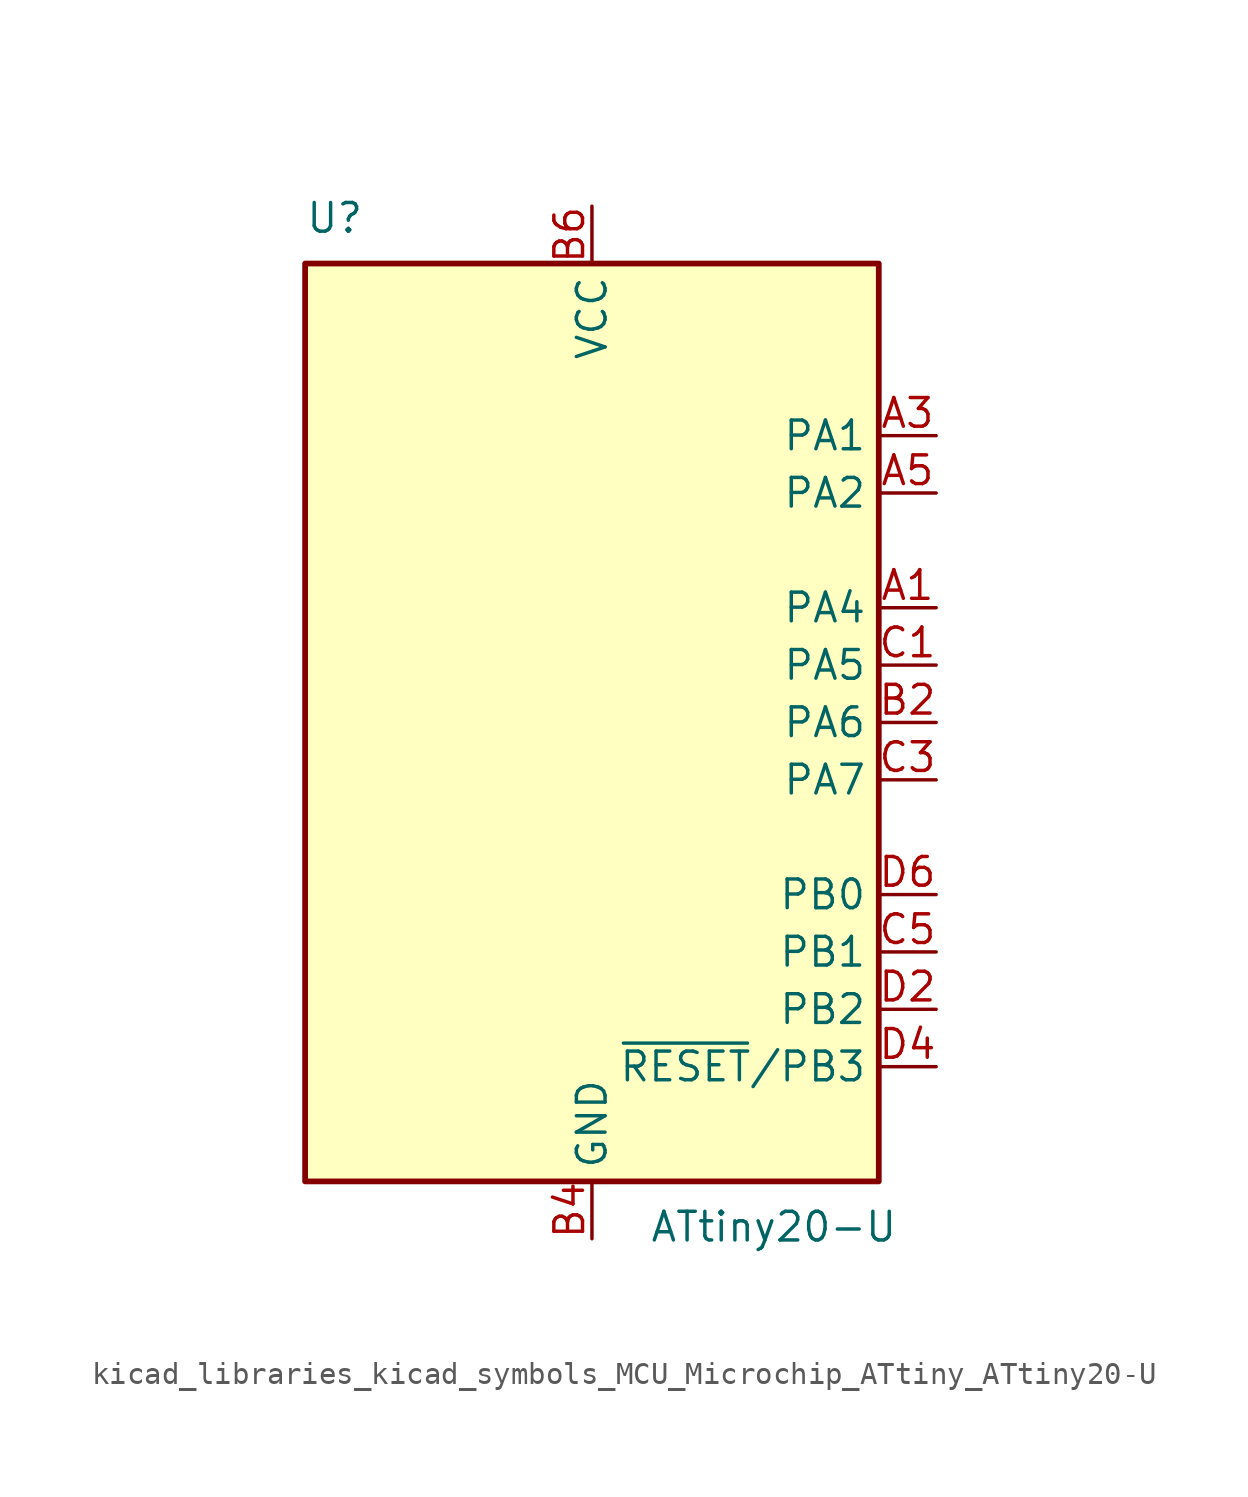
<source format=kicad_sym>
(kicad_symbol_lib
  (version 20220914)
  (generator kicad_symbol_editor)
  (symbol "kicad_libraries_kicad_symbols_MCU_Microchip_ATtiny_ATtiny20-U"
    (property "Reference" "U"
      (at -12.7 21.59 0)
      (effects (font (size 1.27 1.27)) (justify left bottom)))
    (property "Value" "ATtiny20-U"
      (at 2.54 -21.59 0)
      (effects (font (size 1.27 1.27)) (justify left top)))
    (symbol "kicad_libraries_kicad_symbols_MCU_Microchip_ATtiny_ATtiny20-U_0_1"
      (rectangle (start -12.7 -20.32) (end 12.7 20.32) (stroke (width 0.254) (type default)) (fill (type background))))
    (symbol "kicad_libraries_kicad_symbols_MCU_Microchip_ATtiny_ATtiny20-U_1_1"
      (pin bidirectional line (at 15.24 5.08 180) (length 2.54) (name "PA4" (effects (font (size 1.27 1.27)))) (number "A1" (effects (font (size 1.27 1.27)))))
      (pin bidirectional line (at 15.24 12.7 180) (length 2.54) (name "PA1" (effects (font (size 1.27 1.27)))) (number "A3" (effects (font (size 1.27 1.27)))))
      (pin bidirectional line (at 15.24 10.16 180) (length 2.54) (name "PA2" (effects (font (size 1.27 1.27)))) (number "A5" (effects (font (size 1.27 1.27)))))
      (pin bidirectional line (at 15.24 0 180) (length 2.54) (name "PA6" (effects (font (size 1.27 1.27)))) (number "B2" (effects (font (size 1.27 1.27)))))
      (pin power_in line (at 0 -22.86 90) (length 2.54) (name "GND" (effects (font (size 1.27 1.27)))) (number "B4" (effects (font (size 1.27 1.27)))))
      (pin power_in line (at 0 22.86 270) (length 2.54) (name "VCC" (effects (font (size 1.27 1.27)))) (number "B6" (effects (font (size 1.27 1.27)))))
      (pin bidirectional line (at 15.24 2.54 180) (length 2.54) (name "PA5" (effects (font (size 1.27 1.27)))) (number "C1" (effects (font (size 1.27 1.27)))))
      (pin bidirectional line (at 15.24 -2.54 180) (length 2.54) (name "PA7" (effects (font (size 1.27 1.27)))) (number "C3" (effects (font (size 1.27 1.27)))))
      (pin bidirectional line (at 15.24 -10.16 180) (length 2.54) (name "PB1" (effects (font (size 1.27 1.27)))) (number "C5" (effects (font (size 1.27 1.27)))))
      (pin bidirectional line (at 15.24 -12.7 180) (length 2.54) (name "PB2" (effects (font (size 1.27 1.27)))) (number "D2" (effects (font (size 1.27 1.27)))))
      (pin bidirectional line (at 15.24 -15.24 180) (length 2.54) (name "~{RESET}/PB3" (effects (font (size 1.27 1.27)))) (number "D4" (effects (font (size 1.27 1.27)))))
      (pin bidirectional line (at 15.24 -7.62 180) (length 2.54) (name "PB0" (effects (font (size 1.27 1.27)))) (number "D6" (effects (font (size 1.27 1.27))))))))
</source>
